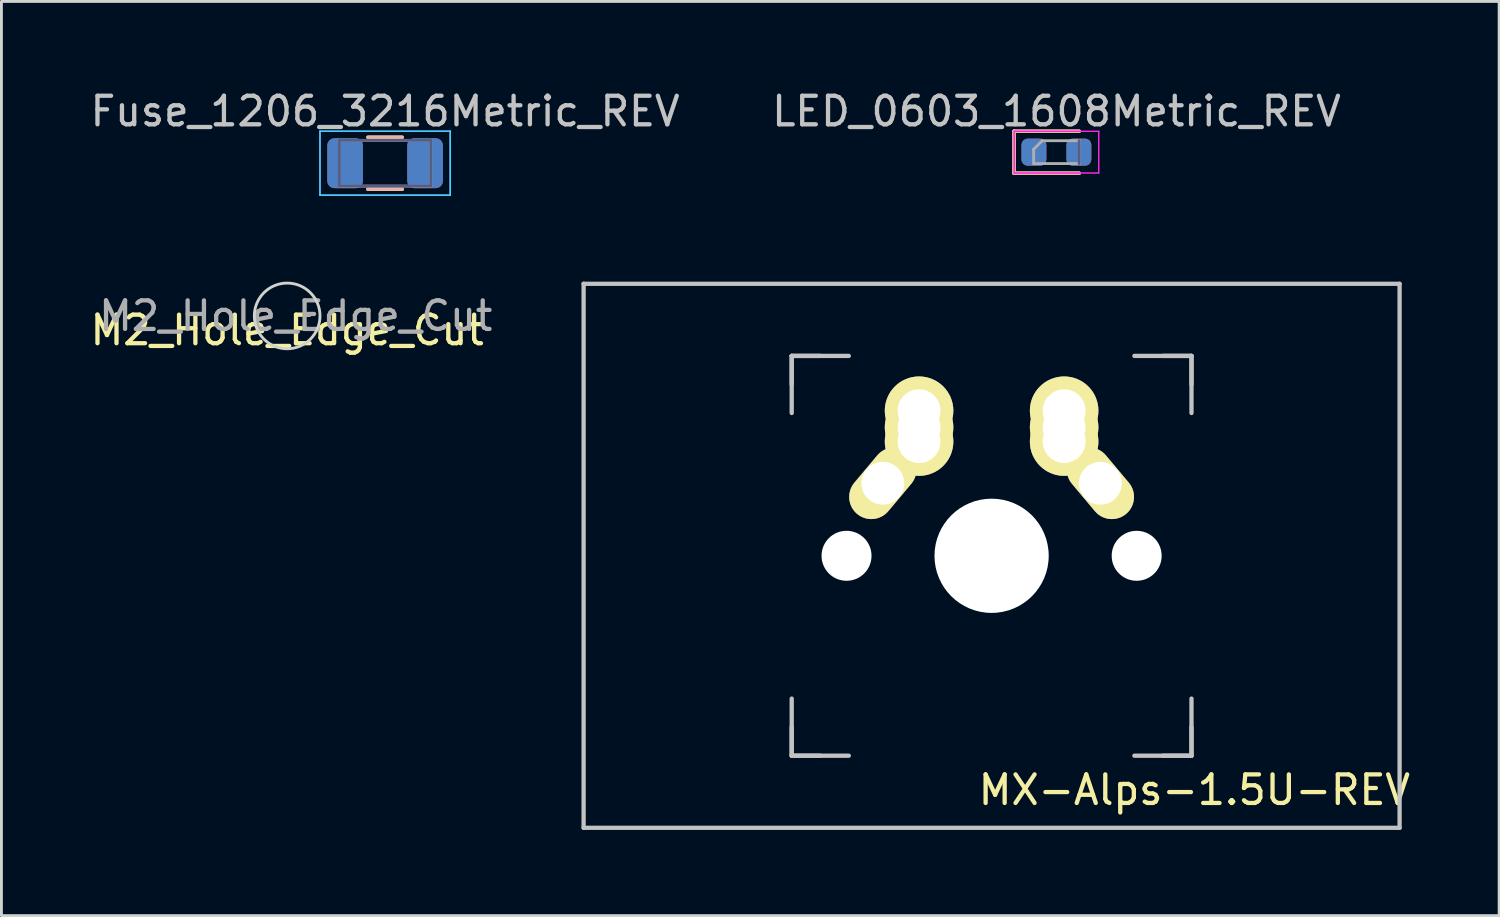
<source format=kicad_pcb>
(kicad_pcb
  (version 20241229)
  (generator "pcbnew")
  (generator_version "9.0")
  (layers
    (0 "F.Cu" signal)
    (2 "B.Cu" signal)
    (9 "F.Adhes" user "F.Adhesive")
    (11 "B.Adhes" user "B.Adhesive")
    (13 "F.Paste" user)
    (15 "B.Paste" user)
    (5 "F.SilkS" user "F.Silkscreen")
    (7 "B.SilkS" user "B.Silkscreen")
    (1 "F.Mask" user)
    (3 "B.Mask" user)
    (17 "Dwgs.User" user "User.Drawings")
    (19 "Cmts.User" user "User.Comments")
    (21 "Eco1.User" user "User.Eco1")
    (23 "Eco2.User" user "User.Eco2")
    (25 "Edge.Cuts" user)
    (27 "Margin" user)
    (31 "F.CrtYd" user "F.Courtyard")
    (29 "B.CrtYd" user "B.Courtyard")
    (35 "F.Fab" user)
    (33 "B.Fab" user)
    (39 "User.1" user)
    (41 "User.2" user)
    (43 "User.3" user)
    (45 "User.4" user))
  (footprint "LED_0603_1608Metric_REV"
    (layer "F.Cu")
    (at 33.946 2.278)
    (property "Reference" "LED_0603_1608Metric_REV" (at 0 -1.43 0) (layer "Dwgs.User") (effects (font (size 1 1) (thickness 0.15))))
    (attr smd)
    (fp_line (start -1.485 -0.735) (end -1.485 0.735) (stroke (width 0.12) (type solid)) (layer "F.SilkS"))
    (fp_line (start -1.485 0.735) (end 0.8 0.735) (stroke (width 0.12) (type solid)) (layer "F.SilkS"))
    (fp_line (start 0.8 -0.735) (end -1.485 -0.735) (stroke (width 0.12) (type solid)) (layer "F.SilkS"))
    (fp_line (start -1.49 -0.73) (end 0.795 -0.73) (stroke (width 0.12) (type solid)) (layer "B.SilkS"))
    (fp_line (start -1.49 0.74) (end -1.49 -0.73) (stroke (width 0.12) (type solid)) (layer "B.SilkS"))
    (fp_line (start 0.795 0.74) (end -1.49 0.74) (stroke (width 0.12) (type solid)) (layer "B.SilkS"))
    (fp_line (start -1.48 -0.73) (end 1.48 -0.73) (stroke (width 0.05) (type solid)) (layer "F.CrtYd"))
    (fp_line (start -1.48 0.73) (end -1.48 -0.73) (stroke (width 0.05) (type solid)) (layer "F.CrtYd"))
    (fp_line (start 1.48 -0.73) (end 1.48 0.73) (stroke (width 0.05) (type solid)) (layer "F.CrtYd"))
    (fp_line (start 1.48 0.73) (end -1.48 0.73) (stroke (width 0.05) (type solid)) (layer "F.CrtYd"))
    (fp_line (start 0.794 -0.4) (end 0.794 0.4) (stroke (width 0.1) (type solid)) (layer "B.Fab"))
    (fp_line (start -0.8 -0.1) (end -0.8 0.4) (stroke (width 0.1) (type solid)) (layer "F.Fab"))
    (fp_line (start -0.8 0.4) (end 0.8 0.4) (stroke (width 0.1) (type solid)) (layer "F.Fab"))
    (fp_line (start -0.5 -0.4) (end -0.8 -0.1) (stroke (width 0.1) (type solid)) (layer "F.Fab"))
    (fp_line (start 0.8 -0.4) (end -0.5 -0.4) (stroke (width 0.1) (type solid)) (layer "F.Fab"))
    (fp_line (start 0.8 0.4) (end 0.8 -0.4) (stroke (width 0.1) (type solid)) (layer "F.Fab"))
    (pad "1" smd roundrect (at -0.793 0 180) (size 0.875 0.95) (layers "B.Cu" "B.Mask" "B.Paste") (roundrect_rratio 0.25))
    (pad "1" smd roundrect (at -0.787 0) (size 0.875 0.95) (layers "F.Cu" "F.Mask" "F.Paste") (roundrect_rratio 0.25))
    (pad "2" smd roundrect (at 0.782 0 180) (size 0.875 0.95) (layers "B.Cu" "B.Mask" "B.Paste") (roundrect_rratio 0.25))
    (pad "2" smd roundrect (at 0.787 0) (size 0.875 0.95) (layers "F.Cu" "F.Mask" "F.Paste") (roundrect_rratio 0.25)))
  (footprint "MX-Alps-1.5U-REV"
    (layer "F.Cu")
    (at 31.674 16.413)
    (property "Reference" "MX-Alps-1.5U-REV" (at 7.1 8.2 0) (layer "F.SilkS") (effects (font (size 1 1) (thickness 0.15))))
    (attr through_hole)
    (fp_line (start -14.287 -9.525) (end 14.287 -9.525) (stroke (width 0.15) (type solid)) (layer "Dwgs.User"))
    (fp_line (start -14.287 9.525) (end -14.287 -9.525) (stroke (width 0.15) (type solid)) (layer "Dwgs.User"))
    (fp_line (start -7 -7) (end -7 -5) (stroke (width 0.15) (type solid)) (layer "Dwgs.User"))
    (fp_line (start -7 -7) (end -6 -7) (stroke (width 0.15) (type solid)) (layer "Dwgs.User"))
    (fp_line (start -7 -6) (end -7 -7) (stroke (width 0.15) (type solid)) (layer "Dwgs.User"))
    (fp_line (start -7 6) (end -7 7) (stroke (width 0.15) (type solid)) (layer "Dwgs.User"))
    (fp_line (start -7 7) (end -7 5) (stroke (width 0.15) (type solid)) (layer "Dwgs.User"))
    (fp_line (start -7 7) (end -6 7) (stroke (width 0.15) (type solid)) (layer "Dwgs.User"))
    (fp_line (start -5 -7) (end -7 -7) (stroke (width 0.15) (type solid)) (layer "Dwgs.User"))
    (fp_line (start -5 7) (end -7 7) (stroke (width 0.15) (type solid)) (layer "Dwgs.User"))
    (fp_line (start 5 7) (end 7 7) (stroke (width 0.15) (type solid)) (layer "Dwgs.User"))
    (fp_line (start 6 7) (end 7 7) (stroke (width 0.15) (type solid)) (layer "Dwgs.User"))
    (fp_line (start 7 -7) (end 5 -7) (stroke (width 0.15) (type solid)) (layer "Dwgs.User"))
    (fp_line (start 7 -7) (end 6 -7) (stroke (width 0.15) (type solid)) (layer "Dwgs.User"))
    (fp_line (start 7 -7) (end 7 -6) (stroke (width 0.15) (type solid)) (layer "Dwgs.User"))
    (fp_line (start 7 -5) (end 7 -7) (stroke (width 0.15) (type solid)) (layer "Dwgs.User"))
    (fp_line (start 7 7) (end 7 5) (stroke (width 0.15) (type solid)) (layer "Dwgs.User"))
    (fp_line (start 7 7) (end 7 6) (stroke (width 0.15) (type solid)) (layer "Dwgs.User"))
    (fp_line (start 14.287 -9.525) (end 14.287 9.525) (stroke (width 0.15) (type solid)) (layer "Dwgs.User"))
    (fp_line (start 14.287 9.525) (end -14.287 9.525) (stroke (width 0.15) (type solid)) (layer "Dwgs.User"))
    (pad "" np_thru_hole circle (at -5.08 0 48.1) (size 1.75 1.75) (drill 1.75) (layers "*.Cu" "*.Mask"))
    (pad "" np_thru_hole circle (at 0 0 270) (size 4 4) (drill 4) (layers "*.Cu" "*.Mask"))
    (pad "" np_thru_hole circle (at 5.08 0 180) (size 1.75 1.75) (drill 1.75) (layers "*.Cu" "*.Mask"))
    (pad "1" thru_hole oval (at -3.81 -2.54 50) (size 2.8 1.55) (drill 1.5) (layers "*.Cu" "*.Mask" "F.SilkS"))
    (pad "1" thru_hole circle (at -2.54 -5.08) (size 2.4 2.4) (drill 1.5) (layers "*.Cu" "*.Mask" "F.SilkS"))
    (pad "1" thru_hole circle (at -2.54 -4.5) (size 2.4 2.4) (drill 1.5) (layers "*.Cu" "*.Mask" "F.SilkS"))
    (pad "1" thru_hole circle (at -2.54 -4) (size 2.4 2.4) (drill 1.5) (layers "*.Cu" "*.Mask" "F.SilkS"))
    (pad "2" thru_hole circle (at 2.54 -5.08) (size 2.4 2.4) (drill 1.5) (layers "*.Cu" "*.Mask" "F.SilkS"))
    (pad "2" thru_hole circle (at 2.54 -4.5) (size 2.4 2.4) (drill 1.5) (layers "*.Cu" "*.Mask" "F.SilkS"))
    (pad "2" thru_hole circle (at 2.54 -4) (size 2.4 2.4) (drill 1.5) (layers "*.Cu" "*.Mask" "F.SilkS"))
    (pad "2" thru_hole oval (at 3.81 -2.54 310) (size 2.8 1.55) (drill 1.5) (layers "*.Cu" "*.Mask" "F.SilkS")))
  (footprint "M2_Hole_Edge_Cut"
    (layer "F.Cu")
    (at 7.006 8.013)
    (property "Reference" "M2_Hole_Edge_Cut" (at 0 0.5 0) (layer "F.SilkS") (effects (font (size 1 1) (thickness 0.15))))
    (fp_circle (center 0 0) (end 1.15 0) (stroke (width 0.1) (type solid)) (fill no) (layer "Edge.Cuts"))
    (fp_text user "${REFERENCE}" (at 0.3 0 0) (layer "F.Fab") (effects (font (size 1 1) (thickness 0.15)))))
  (footprint "Fuse_1206_3216Metric_REV"
    (layer "F.Cu")
    (at 10.435 2.668)
    (property "Reference" "Fuse_1206_3216Metric_REV" (at 0 -1.82 0) (layer "Dwgs.User") (effects (font (size 1 1) (thickness 0.15))))
    (attr smd)
    (fp_line (start -0.602 -0.91) (end 0.602 -0.91) (stroke (width 0.12) (type solid)) (layer "F.SilkS"))
    (fp_line (start -0.602 0.91) (end 0.602 0.91) (stroke (width 0.12) (type solid)) (layer "F.SilkS"))
    (fp_line (start -0.602 -0.915) (end 0.602 -0.915) (stroke (width 0.12) (type solid)) (layer "B.SilkS"))
    (fp_line (start -0.602 0.905) (end 0.602 0.905) (stroke (width 0.12) (type solid)) (layer "B.SilkS"))
    (fp_line (start -2.28 -1.125) (end -2.28 1.115) (stroke (width 0.05) (type solid)) (layer "B.CrtYd"))
    (fp_line (start -2.28 1.115) (end 2.28 1.115) (stroke (width 0.05) (type solid)) (layer "B.CrtYd"))
    (fp_line (start 2.28 -1.125) (end -2.28 -1.125) (stroke (width 0.05) (type solid)) (layer "B.CrtYd"))
    (fp_line (start 2.28 1.115) (end 2.28 -1.125) (stroke (width 0.05) (type solid)) (layer "B.CrtYd"))
    (fp_line (start -2.28 -1.12) (end 2.28 -1.12) (stroke (width 0.05) (type solid)) (layer "F.CrtYd"))
    (fp_line (start -2.28 1.12) (end -2.28 -1.12) (stroke (width 0.05) (type solid)) (layer "F.CrtYd"))
    (fp_line (start 2.28 -1.12) (end 2.28 1.12) (stroke (width 0.05) (type solid)) (layer "F.CrtYd"))
    (fp_line (start 2.28 1.12) (end -2.28 1.12) (stroke (width 0.05) (type solid)) (layer "F.CrtYd"))
    (fp_line (start -1.6 -0.805) (end -1.6 0.795) (stroke (width 0.1) (type solid)) (layer "B.Fab"))
    (fp_line (start -1.6 0.795) (end 1.6 0.795) (stroke (width 0.1) (type solid)) (layer "B.Fab"))
    (fp_line (start 1.6 -0.805) (end -1.6 -0.805) (stroke (width 0.1) (type solid)) (layer "B.Fab"))
    (fp_line (start 1.6 0.795) (end 1.6 -0.805) (stroke (width 0.1) (type solid)) (layer "B.Fab"))
    (fp_line (start -1.6 -0.8) (end 1.6 -0.8) (stroke (width 0.1) (type solid)) (layer "F.Fab"))
    (fp_line (start -1.6 0.8) (end -1.6 -0.8) (stroke (width 0.1) (type solid)) (layer "F.Fab"))
    (fp_line (start 1.6 -0.8) (end 1.6 0.8) (stroke (width 0.1) (type solid)) (layer "F.Fab"))
    (fp_line (start 1.6 0.8) (end -1.6 0.8) (stroke (width 0.1) (type solid)) (layer "F.Fab"))
    (pad "1" smd roundrect (at -1.4 -0.005 180) (size 1.25 1.75) (layers "B.Cu" "B.Mask" "B.Paste") (roundrect_rratio 0.2))
    (pad "1" smd roundrect (at -1.4 0) (size 1.25 1.75) (layers "F.Cu" "F.Mask" "F.Paste") (roundrect_rratio 0.2))
    (pad "2" smd roundrect (at 1.4 -0.005 180) (size 1.25 1.75) (layers "B.Cu" "B.Mask" "B.Paste") (roundrect_rratio 0.2))
    (pad "2" smd roundrect (at 1.4 0) (size 1.25 1.75) (layers "F.Cu" "F.Mask" "F.Paste") (roundrect_rratio 0.2)))
  (gr_rect
    (start -3 -3)
    (end 49.447 29.013)
    (stroke (width 0.1) (type default))
    (fill no)
    (layer "Edge.Cuts")))
</source>
